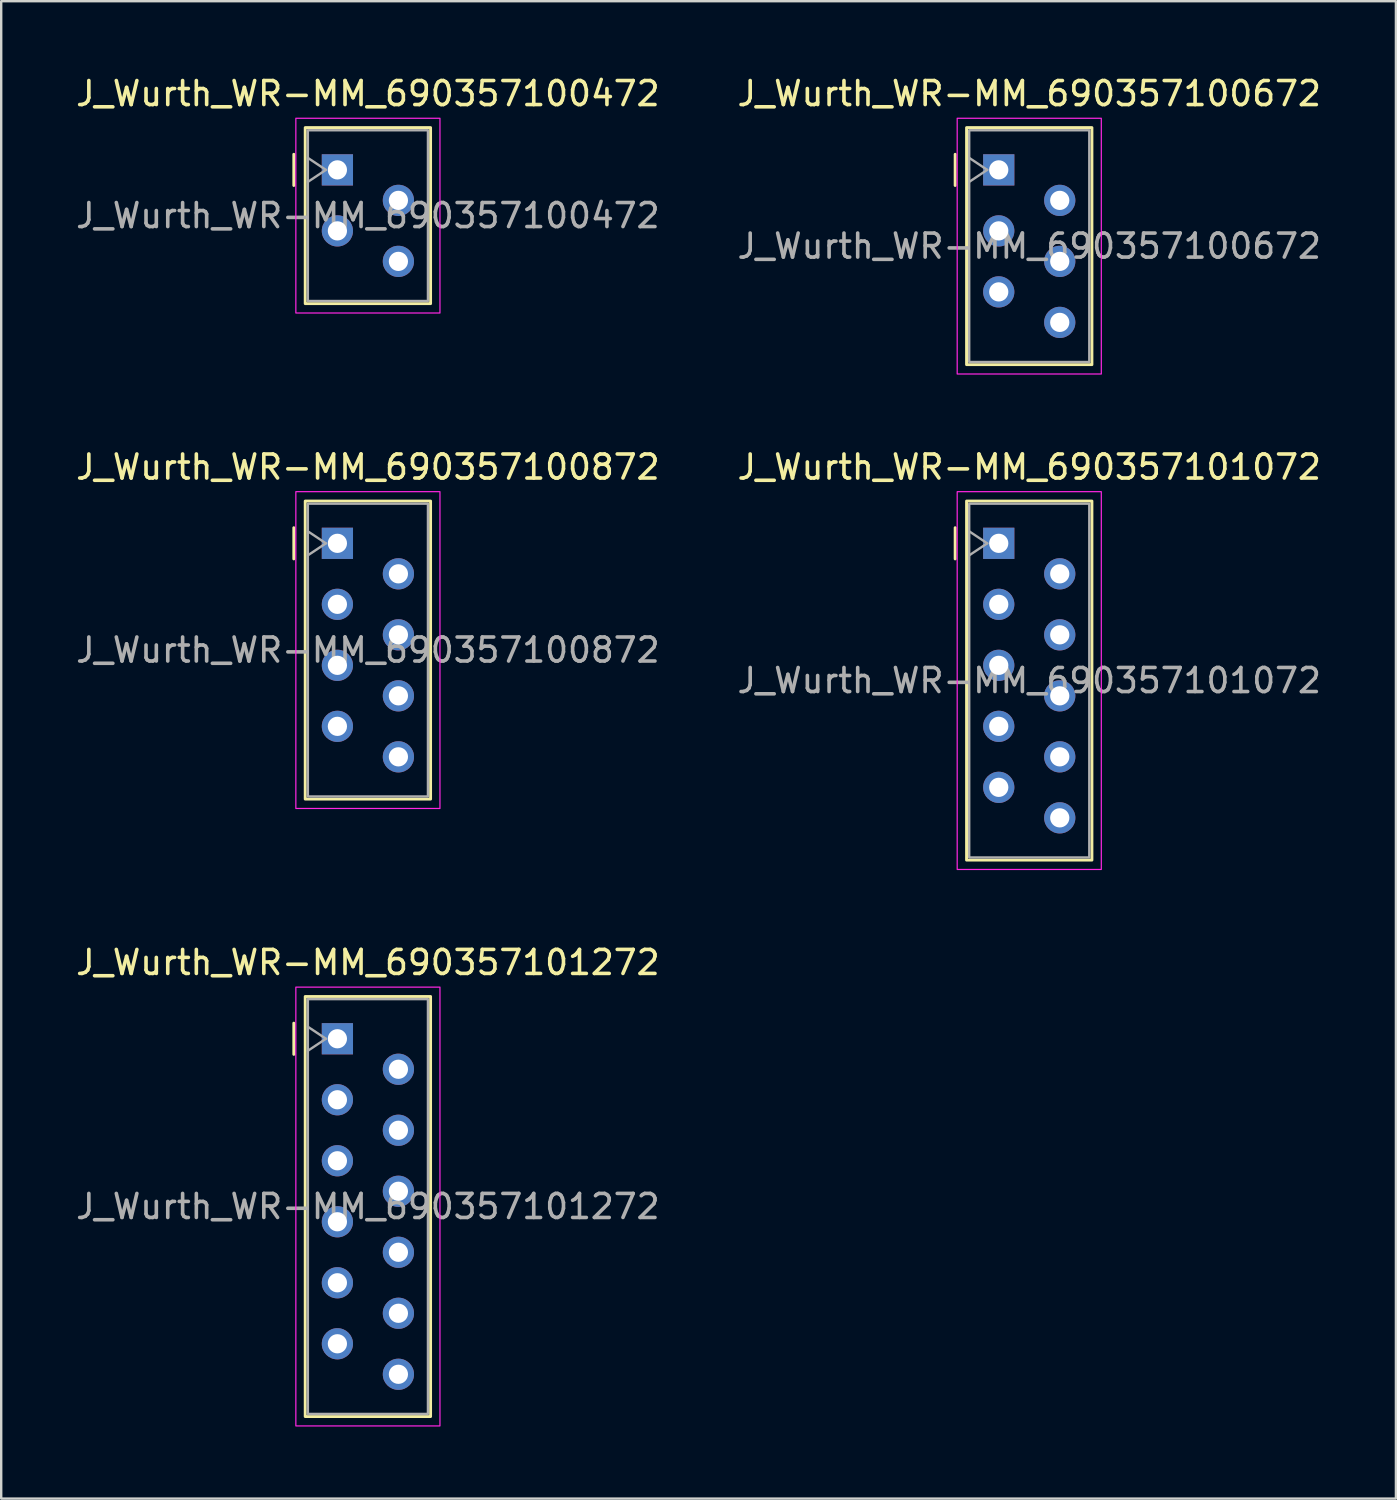
<source format=kicad_pcb>
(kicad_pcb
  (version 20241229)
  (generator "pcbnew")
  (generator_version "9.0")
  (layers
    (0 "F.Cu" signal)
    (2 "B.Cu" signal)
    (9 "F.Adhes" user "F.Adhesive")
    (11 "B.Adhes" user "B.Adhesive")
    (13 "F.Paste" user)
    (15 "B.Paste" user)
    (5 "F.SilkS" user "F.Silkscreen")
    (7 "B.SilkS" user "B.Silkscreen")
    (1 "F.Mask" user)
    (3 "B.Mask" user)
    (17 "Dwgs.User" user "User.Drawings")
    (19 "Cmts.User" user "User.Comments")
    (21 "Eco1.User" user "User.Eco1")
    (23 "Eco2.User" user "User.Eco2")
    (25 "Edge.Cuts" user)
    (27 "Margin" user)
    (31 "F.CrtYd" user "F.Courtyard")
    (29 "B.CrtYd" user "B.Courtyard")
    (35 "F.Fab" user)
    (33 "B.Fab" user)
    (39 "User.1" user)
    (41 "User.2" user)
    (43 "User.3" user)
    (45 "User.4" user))
  (footprint "J_Wurth_WR-MM_690357100872"
    (layer "F.Cu")
    (at 10.998 19.572)
    (property "Reference" "J_Wurth_WR-MM_690357100872" (at 1.27 -3.175 0) (unlocked yes) (layer "F.SilkS") (effects (font (size 1 1) (thickness 0.15))))
    (attr through_hole)
    (fp_line (start -1.815 -0.65) (end -1.815 0.65) (stroke (width 0.12) (type solid)) (layer "F.SilkS"))
    (fp_rect (start -1.34 -1.76) (end 3.88 10.65) (stroke (width 0.12) (type solid)) (fill no) (layer "F.SilkS"))
    (fp_rect (start -1.73 -2.15) (end 4.27 11.04) (stroke (width 0.05) (type solid)) (fill no) (layer "F.CrtYd"))
    (fp_line (start -0.48 0) (end -1.23 -0.5) (stroke (width 0.1) (type solid)) (layer "F.Fab"))
    (fp_line (start -0.48 0) (end -1.23 0.5) (stroke (width 0.1) (type solid)) (layer "F.Fab"))
    (fp_rect (start -1.23 -1.65) (end 3.77 10.54) (stroke (width 0.1) (type solid)) (fill no) (layer "F.Fab"))
    (fp_text user "${REFERENCE}" (at 1.27 4.445 0) (unlocked yes) (layer "F.Fab") (effects (font (size 1 1) (thickness 0.15))))
    (pad "1" thru_hole rect (at 0 0 90) (size 1.3 1.3) (drill 0.8) (layers "*.Cu" "*.Mask"))
    (pad "2" thru_hole circle (at 2.54 1.27 90) (size 1.3 1.3) (drill 0.8) (layers "*.Cu" "*.Mask"))
    (pad "3" thru_hole circle (at 0 2.54 90) (size 1.3 1.3) (drill 0.8) (layers "*.Cu" "*.Mask"))
    (pad "4" thru_hole circle (at 2.54 3.81 90) (size 1.3 1.3) (drill 0.8) (layers "*.Cu" "*.Mask"))
    (pad "5" thru_hole circle (at 0 5.08 90) (size 1.3 1.3) (drill 0.8) (layers "*.Cu" "*.Mask"))
    (pad "6" thru_hole circle (at 2.54 6.35 90) (size 1.3 1.3) (drill 0.8) (layers "*.Cu" "*.Mask"))
    (pad "7" thru_hole circle (at 0 7.62 90) (size 1.3 1.3) (drill 0.8) (layers "*.Cu" "*.Mask"))
    (pad "8" thru_hole circle (at 2.54 8.89 90) (size 1.3 1.3) (drill 0.8) (layers "*.Cu" "*.Mask")))
  (footprint "J_Wurth_WR-MM_690357101272"
    (layer "F.Cu")
    (at 10.998 40.2)
    (property "Reference" "J_Wurth_WR-MM_690357101272" (at 1.27 -3.175 0) (unlocked yes) (layer "F.SilkS") (effects (font (size 1 1) (thickness 0.15))))
    (attr through_hole)
    (fp_line (start -1.815 -0.65) (end -1.815 0.65) (stroke (width 0.12) (type solid)) (layer "F.SilkS"))
    (fp_rect (start -1.34 -1.76) (end 3.88 15.73) (stroke (width 0.12) (type solid)) (fill no) (layer "F.SilkS"))
    (fp_rect (start -1.73 -2.15) (end 4.27 16.12) (stroke (width 0.05) (type solid)) (fill no) (layer "F.CrtYd"))
    (fp_line (start -0.48 0) (end -1.23 -0.5) (stroke (width 0.1) (type solid)) (layer "F.Fab"))
    (fp_line (start -0.48 0) (end -1.23 0.5) (stroke (width 0.1) (type solid)) (layer "F.Fab"))
    (fp_rect (start -1.23 -1.65) (end 3.77 15.62) (stroke (width 0.1) (type solid)) (fill no) (layer "F.Fab"))
    (fp_text user "${REFERENCE}" (at 1.27 6.985 0) (unlocked yes) (layer "F.Fab") (effects (font (size 1 1) (thickness 0.15))))
    (pad "1" thru_hole rect (at 0 0 90) (size 1.3 1.3) (drill 0.8) (layers "*.Cu" "*.Mask"))
    (pad "2" thru_hole circle (at 2.54 1.27 90) (size 1.3 1.3) (drill 0.8) (layers "*.Cu" "*.Mask"))
    (pad "3" thru_hole circle (at 0 2.54 90) (size 1.3 1.3) (drill 0.8) (layers "*.Cu" "*.Mask"))
    (pad "4" thru_hole circle (at 2.54 3.81 90) (size 1.3 1.3) (drill 0.8) (layers "*.Cu" "*.Mask"))
    (pad "5" thru_hole circle (at 0 5.08 90) (size 1.3 1.3) (drill 0.8) (layers "*.Cu" "*.Mask"))
    (pad "6" thru_hole circle (at 2.54 6.35 90) (size 1.3 1.3) (drill 0.8) (layers "*.Cu" "*.Mask"))
    (pad "7" thru_hole circle (at 0 7.62 90) (size 1.3 1.3) (drill 0.8) (layers "*.Cu" "*.Mask"))
    (pad "8" thru_hole circle (at 2.54 8.89 90) (size 1.3 1.3) (drill 0.8) (layers "*.Cu" "*.Mask"))
    (pad "9" thru_hole circle (at 0 10.16 90) (size 1.3 1.3) (drill 0.8) (layers "*.Cu" "*.Mask"))
    (pad "10" thru_hole circle (at 2.54 11.43 90) (size 1.3 1.3) (drill 0.8) (layers "*.Cu" "*.Mask"))
    (pad "11" thru_hole circle (at 0 12.7 90) (size 1.3 1.3) (drill 0.8) (layers "*.Cu" "*.Mask"))
    (pad "12" thru_hole circle (at 2.54 13.97 90) (size 1.3 1.3) (drill 0.8) (layers "*.Cu" "*.Mask")))
  (footprint "J_Wurth_WR-MM_690357100472"
    (layer "F.Cu")
    (at 10.998 4.023)
    (property "Reference" "J_Wurth_WR-MM_690357100472" (at 1.27 -3.175 0) (unlocked yes) (layer "F.SilkS") (effects (font (size 1 1) (thickness 0.15))))
    (attr through_hole)
    (fp_line (start -1.815 -0.65) (end -1.815 0.65) (stroke (width 0.12) (type solid)) (layer "F.SilkS"))
    (fp_rect (start -1.34 -1.76) (end 3.88 5.57) (stroke (width 0.12) (type solid)) (fill no) (layer "F.SilkS"))
    (fp_rect (start -1.73 -2.15) (end 4.27 5.96) (stroke (width 0.05) (type solid)) (fill no) (layer "F.CrtYd"))
    (fp_line (start -0.48 0) (end -1.23 -0.5) (stroke (width 0.1) (type solid)) (layer "F.Fab"))
    (fp_line (start -0.48 0) (end -1.23 0.5) (stroke (width 0.1) (type solid)) (layer "F.Fab"))
    (fp_rect (start -1.23 -1.65) (end 3.77 5.46) (stroke (width 0.1) (type solid)) (fill no) (layer "F.Fab"))
    (fp_text user "${REFERENCE}" (at 1.27 1.905 0) (unlocked yes) (layer "F.Fab") (effects (font (size 1 1) (thickness 0.15))))
    (pad "1" thru_hole rect (at 0 0 90) (size 1.3 1.3) (drill 0.8) (layers "*.Cu" "*.Mask"))
    (pad "2" thru_hole circle (at 2.54 1.27 90) (size 1.3 1.3) (drill 0.8) (layers "*.Cu" "*.Mask"))
    (pad "3" thru_hole circle (at 0 2.54 90) (size 1.3 1.3) (drill 0.8) (layers "*.Cu" "*.Mask"))
    (pad "4" thru_hole circle (at 2.54 3.81 90) (size 1.3 1.3) (drill 0.8) (layers "*.Cu" "*.Mask")))
  (footprint "J_Wurth_WR-MM_690357100672"
    (layer "F.Cu")
    (at 38.534 4.023)
    (property "Reference" "J_Wurth_WR-MM_690357100672" (at 1.27 -3.175 0) (unlocked yes) (layer "F.SilkS") (effects (font (size 1 1) (thickness 0.15))))
    (attr through_hole)
    (fp_line (start -1.815 -0.65) (end -1.815 0.65) (stroke (width 0.12) (type solid)) (layer "F.SilkS"))
    (fp_rect (start -1.34 -1.76) (end 3.88 8.11) (stroke (width 0.12) (type solid)) (fill no) (layer "F.SilkS"))
    (fp_rect (start -1.73 -2.15) (end 4.27 8.5) (stroke (width 0.05) (type solid)) (fill no) (layer "F.CrtYd"))
    (fp_line (start -0.48 0) (end -1.23 -0.5) (stroke (width 0.1) (type solid)) (layer "F.Fab"))
    (fp_line (start -0.48 0) (end -1.23 0.5) (stroke (width 0.1) (type solid)) (layer "F.Fab"))
    (fp_rect (start -1.23 -1.65) (end 3.77 8) (stroke (width 0.1) (type solid)) (fill no) (layer "F.Fab"))
    (fp_text user "${REFERENCE}" (at 1.27 3.175 0) (unlocked yes) (layer "F.Fab") (effects (font (size 1 1) (thickness 0.15))))
    (pad "1" thru_hole rect (at 0 0 90) (size 1.3 1.3) (drill 0.8) (layers "*.Cu" "*.Mask"))
    (pad "2" thru_hole circle (at 2.54 1.27 90) (size 1.3 1.3) (drill 0.8) (layers "*.Cu" "*.Mask"))
    (pad "3" thru_hole circle (at 0 2.54 90) (size 1.3 1.3) (drill 0.8) (layers "*.Cu" "*.Mask"))
    (pad "4" thru_hole circle (at 2.54 3.81 90) (size 1.3 1.3) (drill 0.8) (layers "*.Cu" "*.Mask"))
    (pad "5" thru_hole circle (at 0 5.08 90) (size 1.3 1.3) (drill 0.8) (layers "*.Cu" "*.Mask"))
    (pad "6" thru_hole circle (at 2.54 6.35 90) (size 1.3 1.3) (drill 0.8) (layers "*.Cu" "*.Mask")))
  (footprint "J_Wurth_WR-MM_690357101072"
    (layer "F.Cu")
    (at 38.534 19.572)
    (property "Reference" "J_Wurth_WR-MM_690357101072" (at 1.27 -3.175 0) (unlocked yes) (layer "F.SilkS") (effects (font (size 1 1) (thickness 0.15))))
    (attr through_hole)
    (fp_line (start -1.815 -0.65) (end -1.815 0.65) (stroke (width 0.12) (type solid)) (layer "F.SilkS"))
    (fp_rect (start -1.34 -1.76) (end 3.88 13.19) (stroke (width 0.12) (type solid)) (fill no) (layer "F.SilkS"))
    (fp_rect (start -1.73 -2.15) (end 4.27 13.58) (stroke (width 0.05) (type solid)) (fill no) (layer "F.CrtYd"))
    (fp_line (start -0.48 0) (end -1.23 -0.5) (stroke (width 0.1) (type solid)) (layer "F.Fab"))
    (fp_line (start -0.48 0) (end -1.23 0.5) (stroke (width 0.1) (type solid)) (layer "F.Fab"))
    (fp_rect (start -1.23 -1.65) (end 3.77 13.08) (stroke (width 0.1) (type solid)) (fill no) (layer "F.Fab"))
    (fp_text user "${REFERENCE}" (at 1.27 5.715 0) (unlocked yes) (layer "F.Fab") (effects (font (size 1 1) (thickness 0.15))))
    (pad "1" thru_hole rect (at 0 0 90) (size 1.3 1.3) (drill 0.8) (layers "*.Cu" "*.Mask"))
    (pad "2" thru_hole circle (at 2.54 1.27 90) (size 1.3 1.3) (drill 0.8) (layers "*.Cu" "*.Mask"))
    (pad "3" thru_hole circle (at 0 2.54 90) (size 1.3 1.3) (drill 0.8) (layers "*.Cu" "*.Mask"))
    (pad "4" thru_hole circle (at 2.54 3.81 90) (size 1.3 1.3) (drill 0.8) (layers "*.Cu" "*.Mask"))
    (pad "5" thru_hole circle (at 0 5.08 90) (size 1.3 1.3) (drill 0.8) (layers "*.Cu" "*.Mask"))
    (pad "6" thru_hole circle (at 2.54 6.35 90) (size 1.3 1.3) (drill 0.8) (layers "*.Cu" "*.Mask"))
    (pad "7" thru_hole circle (at 0 7.62 90) (size 1.3 1.3) (drill 0.8) (layers "*.Cu" "*.Mask"))
    (pad "8" thru_hole circle (at 2.54 8.89 90) (size 1.3 1.3) (drill 0.8) (layers "*.Cu" "*.Mask"))
    (pad "9" thru_hole circle (at 0 10.16 90) (size 1.3 1.3) (drill 0.8) (layers "*.Cu" "*.Mask"))
    (pad "10" thru_hole circle (at 2.54 11.43 90) (size 1.3 1.3) (drill 0.8) (layers "*.Cu" "*.Mask")))
  (gr_rect
    (start -3 -3)
    (end 55.071 59.345)
    (stroke (width 0.1) (type default))
    (fill no)
    (layer "Edge.Cuts")))
</source>
